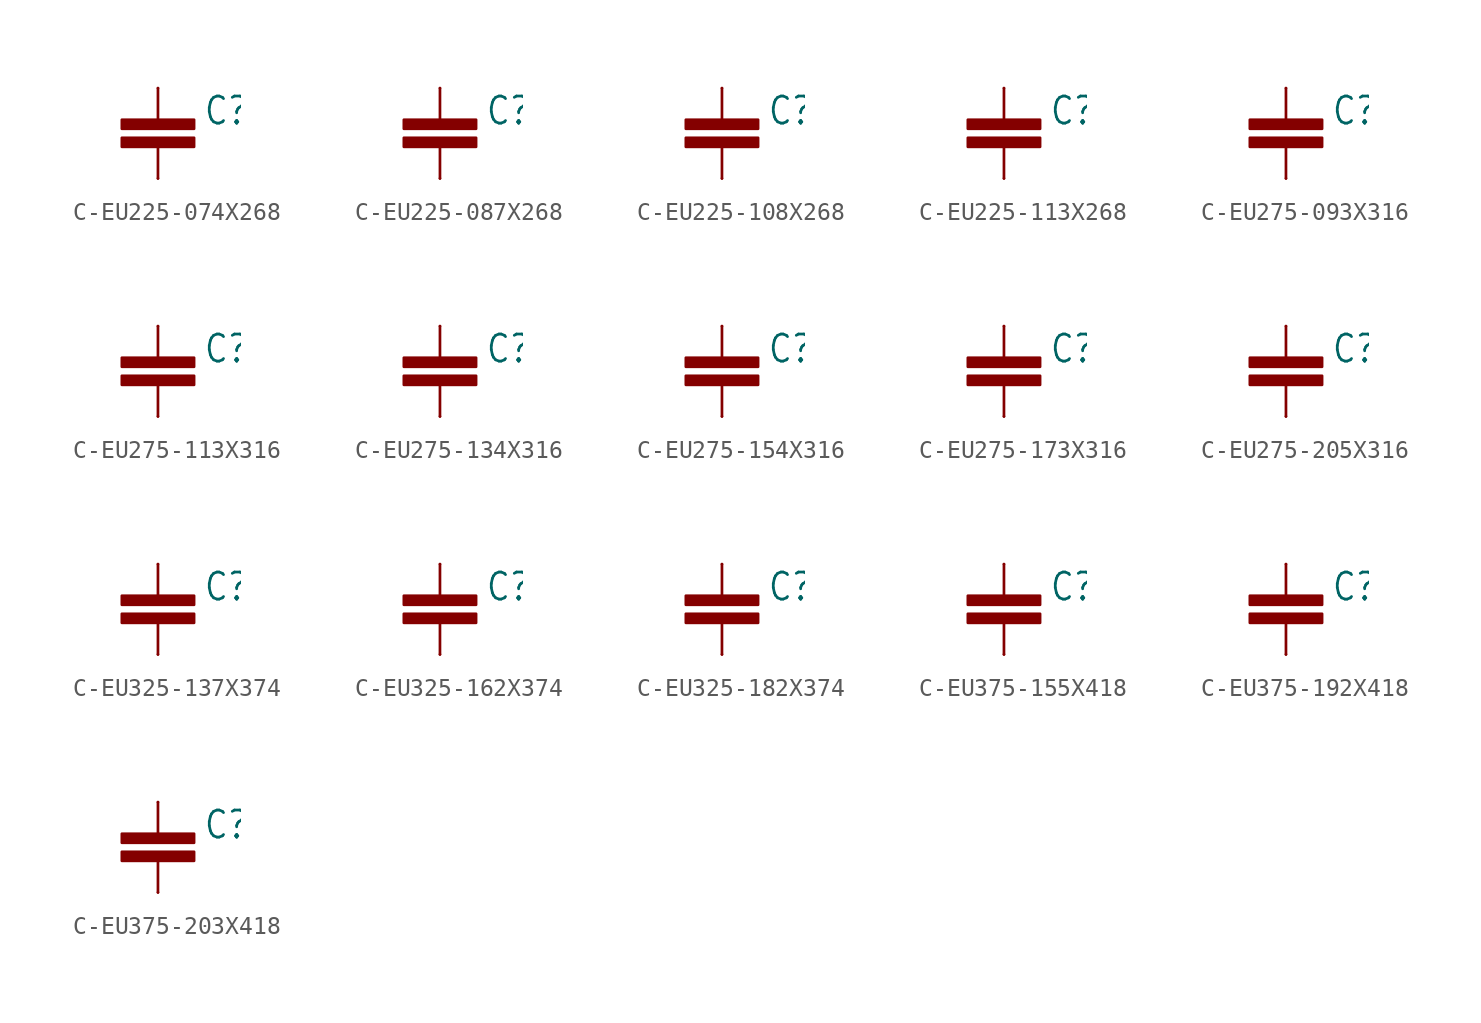
<source format=kicad_sym>
(kicad_symbol_lib
  (version 20220914)
  (generator kicad_symbol_editor)
  (symbol "C-EU225-074X268"
    (property "Reference" "C"
      (at 2.54 1.27 0)
      (effects (font (size 1.524 1.295)) (justify left)))
    (property "Value" ""
      (at 2.54 -1.27 0)
      (effects (font (size 1.524 1.295)) (justify left)))
    (property "ki_locked" ""
      (at 0 0 0)
      (effects (font (size 1.27 1.27))))
    (symbol "C-EU225-074X268_1_0"
      (rectangle (start -2.032 -0.762) (end 2.032 -0.254) (stroke (width 0) (type default)) (fill (type outline)))
      (rectangle (start -2.032 0.254) (end 2.032 0.762) (stroke (width 0) (type default)) (fill (type outline)))
      (polyline (pts (xy 0 -2.54) (xy 0 -0.762)) (stroke (width 0.152) (type solid)) (fill (type none)))
      (polyline (pts (xy 0 2.54) (xy 0 0.762)) (stroke (width 0.152) (type solid)) (fill (type none)))
      (pin passive line (at 0 2.54 270) (length 0) (name "1" (effects (font (size 0 0)))) (number "1" (effects (font (size 0 0)))))
      (pin passive line (at 0 -2.54 90) (length 0) (name "2" (effects (font (size 0 0)))) (number "2" (effects (font (size 0 0)))))))
  (symbol "C-EU225-087X268"
    (property "Reference" "C"
      (at 2.54 1.27 0)
      (effects (font (size 1.524 1.295)) (justify left)))
    (property "Value" ""
      (at 2.54 -1.27 0)
      (effects (font (size 1.524 1.295)) (justify left)))
    (property "ki_locked" ""
      (at 0 0 0)
      (effects (font (size 1.27 1.27))))
    (symbol "C-EU225-087X268_1_0"
      (rectangle (start -2.032 -0.762) (end 2.032 -0.254) (stroke (width 0) (type default)) (fill (type outline)))
      (rectangle (start -2.032 0.254) (end 2.032 0.762) (stroke (width 0) (type default)) (fill (type outline)))
      (polyline (pts (xy 0 -2.54) (xy 0 -0.762)) (stroke (width 0.152) (type solid)) (fill (type none)))
      (polyline (pts (xy 0 2.54) (xy 0 0.762)) (stroke (width 0.152) (type solid)) (fill (type none)))
      (pin passive line (at 0 2.54 270) (length 0) (name "1" (effects (font (size 0 0)))) (number "1" (effects (font (size 0 0)))))
      (pin passive line (at 0 -2.54 90) (length 0) (name "2" (effects (font (size 0 0)))) (number "2" (effects (font (size 0 0)))))))
  (symbol "C-EU225-108X268"
    (property "Reference" "C"
      (at 2.54 1.27 0)
      (effects (font (size 1.524 1.295)) (justify left)))
    (property "Value" ""
      (at 2.54 -1.27 0)
      (effects (font (size 1.524 1.295)) (justify left)))
    (property "ki_locked" ""
      (at 0 0 0)
      (effects (font (size 1.27 1.27))))
    (symbol "C-EU225-108X268_1_0"
      (rectangle (start -2.032 -0.762) (end 2.032 -0.254) (stroke (width 0) (type default)) (fill (type outline)))
      (rectangle (start -2.032 0.254) (end 2.032 0.762) (stroke (width 0) (type default)) (fill (type outline)))
      (polyline (pts (xy 0 -2.54) (xy 0 -0.762)) (stroke (width 0.152) (type solid)) (fill (type none)))
      (polyline (pts (xy 0 2.54) (xy 0 0.762)) (stroke (width 0.152) (type solid)) (fill (type none)))
      (pin passive line (at 0 2.54 270) (length 0) (name "1" (effects (font (size 0 0)))) (number "1" (effects (font (size 0 0)))))
      (pin passive line (at 0 -2.54 90) (length 0) (name "2" (effects (font (size 0 0)))) (number "2" (effects (font (size 0 0)))))))
  (symbol "C-EU225-113X268"
    (property "Reference" "C"
      (at 2.54 1.27 0)
      (effects (font (size 1.524 1.295)) (justify left)))
    (property "Value" ""
      (at 2.54 -1.27 0)
      (effects (font (size 1.524 1.295)) (justify left)))
    (property "ki_locked" ""
      (at 0 0 0)
      (effects (font (size 1.27 1.27))))
    (symbol "C-EU225-113X268_1_0"
      (rectangle (start -2.032 -0.762) (end 2.032 -0.254) (stroke (width 0) (type default)) (fill (type outline)))
      (rectangle (start -2.032 0.254) (end 2.032 0.762) (stroke (width 0) (type default)) (fill (type outline)))
      (polyline (pts (xy 0 -2.54) (xy 0 -0.762)) (stroke (width 0.152) (type solid)) (fill (type none)))
      (polyline (pts (xy 0 2.54) (xy 0 0.762)) (stroke (width 0.152) (type solid)) (fill (type none)))
      (pin passive line (at 0 2.54 270) (length 0) (name "1" (effects (font (size 0 0)))) (number "1" (effects (font (size 0 0)))))
      (pin passive line (at 0 -2.54 90) (length 0) (name "2" (effects (font (size 0 0)))) (number "2" (effects (font (size 0 0)))))))
  (symbol "C-EU275-093X316"
    (property "Reference" "C"
      (at 2.54 1.27 0)
      (effects (font (size 1.524 1.295)) (justify left)))
    (property "Value" ""
      (at 2.54 -1.27 0)
      (effects (font (size 1.524 1.295)) (justify left)))
    (property "ki_locked" ""
      (at 0 0 0)
      (effects (font (size 1.27 1.27))))
    (symbol "C-EU275-093X316_1_0"
      (rectangle (start -2.032 -0.762) (end 2.032 -0.254) (stroke (width 0) (type default)) (fill (type outline)))
      (rectangle (start -2.032 0.254) (end 2.032 0.762) (stroke (width 0) (type default)) (fill (type outline)))
      (polyline (pts (xy 0 -2.54) (xy 0 -0.762)) (stroke (width 0.152) (type solid)) (fill (type none)))
      (polyline (pts (xy 0 2.54) (xy 0 0.762)) (stroke (width 0.152) (type solid)) (fill (type none)))
      (pin passive line (at 0 2.54 270) (length 0) (name "1" (effects (font (size 0 0)))) (number "1" (effects (font (size 0 0)))))
      (pin passive line (at 0 -2.54 90) (length 0) (name "2" (effects (font (size 0 0)))) (number "2" (effects (font (size 0 0)))))))
  (symbol "C-EU275-113X316"
    (property "Reference" "C"
      (at 2.54 1.27 0)
      (effects (font (size 1.524 1.295)) (justify left)))
    (property "Value" ""
      (at 2.54 -1.27 0)
      (effects (font (size 1.524 1.295)) (justify left)))
    (property "ki_locked" ""
      (at 0 0 0)
      (effects (font (size 1.27 1.27))))
    (symbol "C-EU275-113X316_1_0"
      (rectangle (start -2.032 -0.762) (end 2.032 -0.254) (stroke (width 0) (type default)) (fill (type outline)))
      (rectangle (start -2.032 0.254) (end 2.032 0.762) (stroke (width 0) (type default)) (fill (type outline)))
      (polyline (pts (xy 0 -2.54) (xy 0 -0.762)) (stroke (width 0.152) (type solid)) (fill (type none)))
      (polyline (pts (xy 0 2.54) (xy 0 0.762)) (stroke (width 0.152) (type solid)) (fill (type none)))
      (pin passive line (at 0 2.54 270) (length 0) (name "1" (effects (font (size 0 0)))) (number "1" (effects (font (size 0 0)))))
      (pin passive line (at 0 -2.54 90) (length 0) (name "2" (effects (font (size 0 0)))) (number "2" (effects (font (size 0 0)))))))
  (symbol "C-EU275-134X316"
    (property "Reference" "C"
      (at 2.54 1.27 0)
      (effects (font (size 1.524 1.295)) (justify left)))
    (property "Value" ""
      (at 2.54 -1.27 0)
      (effects (font (size 1.524 1.295)) (justify left)))
    (property "ki_locked" ""
      (at 0 0 0)
      (effects (font (size 1.27 1.27))))
    (symbol "C-EU275-134X316_1_0"
      (rectangle (start -2.032 -0.762) (end 2.032 -0.254) (stroke (width 0) (type default)) (fill (type outline)))
      (rectangle (start -2.032 0.254) (end 2.032 0.762) (stroke (width 0) (type default)) (fill (type outline)))
      (polyline (pts (xy 0 -2.54) (xy 0 -0.762)) (stroke (width 0.152) (type solid)) (fill (type none)))
      (polyline (pts (xy 0 2.54) (xy 0 0.762)) (stroke (width 0.152) (type solid)) (fill (type none)))
      (pin passive line (at 0 2.54 270) (length 0) (name "1" (effects (font (size 0 0)))) (number "1" (effects (font (size 0 0)))))
      (pin passive line (at 0 -2.54 90) (length 0) (name "2" (effects (font (size 0 0)))) (number "2" (effects (font (size 0 0)))))))
  (symbol "C-EU275-154X316"
    (property "Reference" "C"
      (at 2.54 1.27 0)
      (effects (font (size 1.524 1.295)) (justify left)))
    (property "Value" ""
      (at 2.54 -1.27 0)
      (effects (font (size 1.524 1.295)) (justify left)))
    (property "ki_locked" ""
      (at 0 0 0)
      (effects (font (size 1.27 1.27))))
    (symbol "C-EU275-154X316_1_0"
      (rectangle (start -2.032 -0.762) (end 2.032 -0.254) (stroke (width 0) (type default)) (fill (type outline)))
      (rectangle (start -2.032 0.254) (end 2.032 0.762) (stroke (width 0) (type default)) (fill (type outline)))
      (polyline (pts (xy 0 -2.54) (xy 0 -0.762)) (stroke (width 0.152) (type solid)) (fill (type none)))
      (polyline (pts (xy 0 2.54) (xy 0 0.762)) (stroke (width 0.152) (type solid)) (fill (type none)))
      (pin passive line (at 0 2.54 270) (length 0) (name "1" (effects (font (size 0 0)))) (number "1" (effects (font (size 0 0)))))
      (pin passive line (at 0 -2.54 90) (length 0) (name "2" (effects (font (size 0 0)))) (number "2" (effects (font (size 0 0)))))))
  (symbol "C-EU275-173X316"
    (property "Reference" "C"
      (at 2.54 1.27 0)
      (effects (font (size 1.524 1.295)) (justify left)))
    (property "Value" ""
      (at 2.54 -1.27 0)
      (effects (font (size 1.524 1.295)) (justify left)))
    (property "ki_locked" ""
      (at 0 0 0)
      (effects (font (size 1.27 1.27))))
    (symbol "C-EU275-173X316_1_0"
      (rectangle (start -2.032 -0.762) (end 2.032 -0.254) (stroke (width 0) (type default)) (fill (type outline)))
      (rectangle (start -2.032 0.254) (end 2.032 0.762) (stroke (width 0) (type default)) (fill (type outline)))
      (polyline (pts (xy 0 -2.54) (xy 0 -0.762)) (stroke (width 0.152) (type solid)) (fill (type none)))
      (polyline (pts (xy 0 2.54) (xy 0 0.762)) (stroke (width 0.152) (type solid)) (fill (type none)))
      (pin passive line (at 0 2.54 270) (length 0) (name "1" (effects (font (size 0 0)))) (number "1" (effects (font (size 0 0)))))
      (pin passive line (at 0 -2.54 90) (length 0) (name "2" (effects (font (size 0 0)))) (number "2" (effects (font (size 0 0)))))))
  (symbol "C-EU275-205X316"
    (property "Reference" "C"
      (at 2.54 1.27 0)
      (effects (font (size 1.524 1.295)) (justify left)))
    (property "Value" ""
      (at 2.54 -1.27 0)
      (effects (font (size 1.524 1.295)) (justify left)))
    (property "ki_locked" ""
      (at 0 0 0)
      (effects (font (size 1.27 1.27))))
    (symbol "C-EU275-205X316_1_0"
      (rectangle (start -2.032 -0.762) (end 2.032 -0.254) (stroke (width 0) (type default)) (fill (type outline)))
      (rectangle (start -2.032 0.254) (end 2.032 0.762) (stroke (width 0) (type default)) (fill (type outline)))
      (polyline (pts (xy 0 -2.54) (xy 0 -0.762)) (stroke (width 0.152) (type solid)) (fill (type none)))
      (polyline (pts (xy 0 2.54) (xy 0 0.762)) (stroke (width 0.152) (type solid)) (fill (type none)))
      (pin passive line (at 0 2.54 270) (length 0) (name "1" (effects (font (size 0 0)))) (number "1" (effects (font (size 0 0)))))
      (pin passive line (at 0 -2.54 90) (length 0) (name "2" (effects (font (size 0 0)))) (number "2" (effects (font (size 0 0)))))))
  (symbol "C-EU325-137X374"
    (property "Reference" "C"
      (at 2.54 1.27 0)
      (effects (font (size 1.524 1.295)) (justify left)))
    (property "Value" ""
      (at 2.54 -1.27 0)
      (effects (font (size 1.524 1.295)) (justify left)))
    (property "ki_locked" ""
      (at 0 0 0)
      (effects (font (size 1.27 1.27))))
    (symbol "C-EU325-137X374_1_0"
      (rectangle (start -2.032 -0.762) (end 2.032 -0.254) (stroke (width 0) (type default)) (fill (type outline)))
      (rectangle (start -2.032 0.254) (end 2.032 0.762) (stroke (width 0) (type default)) (fill (type outline)))
      (polyline (pts (xy 0 -2.54) (xy 0 -0.762)) (stroke (width 0.152) (type solid)) (fill (type none)))
      (polyline (pts (xy 0 2.54) (xy 0 0.762)) (stroke (width 0.152) (type solid)) (fill (type none)))
      (pin passive line (at 0 2.54 270) (length 0) (name "1" (effects (font (size 0 0)))) (number "1" (effects (font (size 0 0)))))
      (pin passive line (at 0 -2.54 90) (length 0) (name "2" (effects (font (size 0 0)))) (number "2" (effects (font (size 0 0)))))))
  (symbol "C-EU325-162X374"
    (property "Reference" "C"
      (at 2.54 1.27 0)
      (effects (font (size 1.524 1.295)) (justify left)))
    (property "Value" ""
      (at 2.54 -1.27 0)
      (effects (font (size 1.524 1.295)) (justify left)))
    (property "ki_locked" ""
      (at 0 0 0)
      (effects (font (size 1.27 1.27))))
    (symbol "C-EU325-162X374_1_0"
      (rectangle (start -2.032 -0.762) (end 2.032 -0.254) (stroke (width 0) (type default)) (fill (type outline)))
      (rectangle (start -2.032 0.254) (end 2.032 0.762) (stroke (width 0) (type default)) (fill (type outline)))
      (polyline (pts (xy 0 -2.54) (xy 0 -0.762)) (stroke (width 0.152) (type solid)) (fill (type none)))
      (polyline (pts (xy 0 2.54) (xy 0 0.762)) (stroke (width 0.152) (type solid)) (fill (type none)))
      (pin passive line (at 0 2.54 270) (length 0) (name "1" (effects (font (size 0 0)))) (number "1" (effects (font (size 0 0)))))
      (pin passive line (at 0 -2.54 90) (length 0) (name "2" (effects (font (size 0 0)))) (number "2" (effects (font (size 0 0)))))))
  (symbol "C-EU325-182X374"
    (property "Reference" "C"
      (at 2.54 1.27 0)
      (effects (font (size 1.524 1.295)) (justify left)))
    (property "Value" ""
      (at 2.54 -1.27 0)
      (effects (font (size 1.524 1.295)) (justify left)))
    (property "ki_locked" ""
      (at 0 0 0)
      (effects (font (size 1.27 1.27))))
    (symbol "C-EU325-182X374_1_0"
      (rectangle (start -2.032 -0.762) (end 2.032 -0.254) (stroke (width 0) (type default)) (fill (type outline)))
      (rectangle (start -2.032 0.254) (end 2.032 0.762) (stroke (width 0) (type default)) (fill (type outline)))
      (polyline (pts (xy 0 -2.54) (xy 0 -0.762)) (stroke (width 0.152) (type solid)) (fill (type none)))
      (polyline (pts (xy 0 2.54) (xy 0 0.762)) (stroke (width 0.152) (type solid)) (fill (type none)))
      (pin passive line (at 0 2.54 270) (length 0) (name "1" (effects (font (size 0 0)))) (number "1" (effects (font (size 0 0)))))
      (pin passive line (at 0 -2.54 90) (length 0) (name "2" (effects (font (size 0 0)))) (number "2" (effects (font (size 0 0)))))))
  (symbol "C-EU375-155X418"
    (property "Reference" "C"
      (at 2.54 1.27 0)
      (effects (font (size 1.524 1.295)) (justify left)))
    (property "Value" ""
      (at 2.54 -1.27 0)
      (effects (font (size 1.524 1.295)) (justify left)))
    (property "ki_locked" ""
      (at 0 0 0)
      (effects (font (size 1.27 1.27))))
    (symbol "C-EU375-155X418_1_0"
      (rectangle (start -2.032 -0.762) (end 2.032 -0.254) (stroke (width 0) (type default)) (fill (type outline)))
      (rectangle (start -2.032 0.254) (end 2.032 0.762) (stroke (width 0) (type default)) (fill (type outline)))
      (polyline (pts (xy 0 -2.54) (xy 0 -0.762)) (stroke (width 0.152) (type solid)) (fill (type none)))
      (polyline (pts (xy 0 2.54) (xy 0 0.762)) (stroke (width 0.152) (type solid)) (fill (type none)))
      (pin passive line (at 0 2.54 270) (length 0) (name "1" (effects (font (size 0 0)))) (number "1" (effects (font (size 0 0)))))
      (pin passive line (at 0 -2.54 90) (length 0) (name "2" (effects (font (size 0 0)))) (number "2" (effects (font (size 0 0)))))))
  (symbol "C-EU375-192X418"
    (property "Reference" "C"
      (at 2.54 1.27 0)
      (effects (font (size 1.524 1.295)) (justify left)))
    (property "Value" ""
      (at 2.54 -1.27 0)
      (effects (font (size 1.524 1.295)) (justify left)))
    (property "ki_locked" ""
      (at 0 0 0)
      (effects (font (size 1.27 1.27))))
    (symbol "C-EU375-192X418_1_0"
      (rectangle (start -2.032 -0.762) (end 2.032 -0.254) (stroke (width 0) (type default)) (fill (type outline)))
      (rectangle (start -2.032 0.254) (end 2.032 0.762) (stroke (width 0) (type default)) (fill (type outline)))
      (polyline (pts (xy 0 -2.54) (xy 0 -0.762)) (stroke (width 0.152) (type solid)) (fill (type none)))
      (polyline (pts (xy 0 2.54) (xy 0 0.762)) (stroke (width 0.152) (type solid)) (fill (type none)))
      (pin passive line (at 0 2.54 270) (length 0) (name "1" (effects (font (size 0 0)))) (number "1" (effects (font (size 0 0)))))
      (pin passive line (at 0 -2.54 90) (length 0) (name "2" (effects (font (size 0 0)))) (number "2" (effects (font (size 0 0)))))))
  (symbol "C-EU375-203X418"
    (property "Reference" "C"
      (at 2.54 1.27 0)
      (effects (font (size 1.524 1.295)) (justify left)))
    (property "Value" ""
      (at 2.54 -1.27 0)
      (effects (font (size 1.524 1.295)) (justify left)))
    (property "ki_locked" ""
      (at 0 0 0)
      (effects (font (size 1.27 1.27))))
    (symbol "C-EU375-203X418_1_0"
      (rectangle (start -2.032 -0.762) (end 2.032 -0.254) (stroke (width 0) (type default)) (fill (type outline)))
      (rectangle (start -2.032 0.254) (end 2.032 0.762) (stroke (width 0) (type default)) (fill (type outline)))
      (polyline (pts (xy 0 -2.54) (xy 0 -0.762)) (stroke (width 0.152) (type solid)) (fill (type none)))
      (polyline (pts (xy 0 2.54) (xy 0 0.762)) (stroke (width 0.152) (type solid)) (fill (type none)))
      (pin passive line (at 0 2.54 270) (length 0) (name "1" (effects (font (size 0 0)))) (number "1" (effects (font (size 0 0)))))
      (pin passive line (at 0 -2.54 90) (length 0) (name "2" (effects (font (size 0 0)))) (number "2" (effects (font (size 0 0))))))))
</source>
